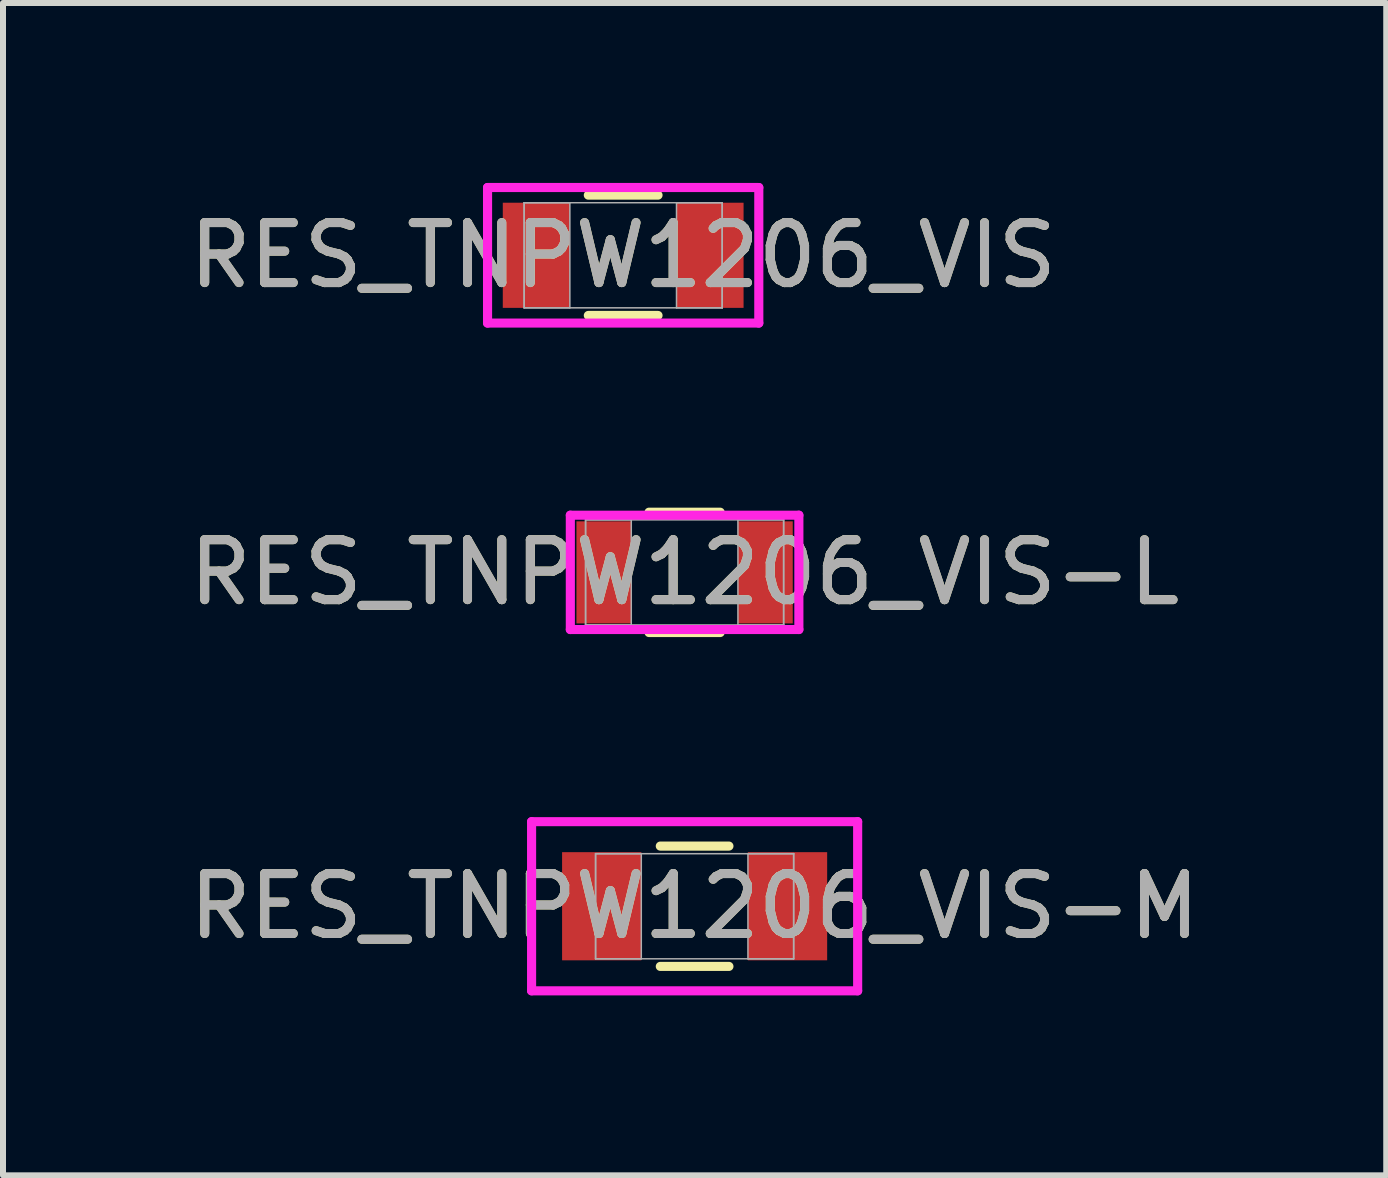
<source format=kicad_pcb>
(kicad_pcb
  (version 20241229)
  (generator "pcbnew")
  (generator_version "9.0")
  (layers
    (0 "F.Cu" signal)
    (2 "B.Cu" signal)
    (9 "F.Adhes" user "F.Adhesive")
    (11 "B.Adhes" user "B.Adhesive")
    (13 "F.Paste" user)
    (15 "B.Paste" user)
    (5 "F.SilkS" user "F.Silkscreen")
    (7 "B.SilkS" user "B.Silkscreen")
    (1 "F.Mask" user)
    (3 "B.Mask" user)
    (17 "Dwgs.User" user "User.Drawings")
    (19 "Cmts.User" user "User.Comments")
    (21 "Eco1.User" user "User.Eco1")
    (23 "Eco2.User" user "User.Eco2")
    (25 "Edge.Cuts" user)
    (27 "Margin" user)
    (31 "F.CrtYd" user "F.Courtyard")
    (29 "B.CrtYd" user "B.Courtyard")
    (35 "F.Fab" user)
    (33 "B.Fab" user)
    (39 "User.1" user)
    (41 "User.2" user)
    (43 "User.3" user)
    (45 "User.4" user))
  (footprint "RES_TNPW1206_VIS-L"
    (layer "F.Cu")
    (at 8.363 6.492)
    (property "Reference" "RES_TNPW1206_VIS-L" (at 0 0 0) (unlocked yes) (layer "F.SilkS") (effects (font (size 1 1) (thickness 0.15))))
    (attr smd)
    (fp_line (start -0.593 1.003) (end 0.593 1.003) (stroke (width 0.152) (type solid)) (layer "F.SilkS"))
    (fp_line (start 0.593 -1.003) (end -0.593 -1.003) (stroke (width 0.152) (type solid)) (layer "F.SilkS"))
    (fp_line (start -1.905 -0.953) (end 1.905 -0.953) (stroke (width 0.152) (type solid)) (layer "F.CrtYd"))
    (fp_line (start -1.905 0.953) (end -1.905 -0.953) (stroke (width 0.152) (type solid)) (layer "F.CrtYd"))
    (fp_line (start 1.905 -0.953) (end 1.905 0.953) (stroke (width 0.152) (type solid)) (layer "F.CrtYd"))
    (fp_line (start 1.905 0.953) (end -1.905 0.953) (stroke (width 0.152) (type solid)) (layer "F.CrtYd"))
    (fp_line (start -1.651 -0.876) (end -1.651 0.876) (stroke (width 0.025) (type solid)) (layer "F.Fab"))
    (fp_line (start -1.651 -0.876) (end -1.651 0.876) (stroke (width 0.025) (type solid)) (layer "F.Fab"))
    (fp_line (start -1.651 0.876) (end -0.889 0.876) (stroke (width 0.025) (type solid)) (layer "F.Fab"))
    (fp_line (start -1.651 0.876) (end 1.651 0.876) (stroke (width 0.025) (type solid)) (layer "F.Fab"))
    (fp_line (start -0.889 -0.876) (end -1.651 -0.876) (stroke (width 0.025) (type solid)) (layer "F.Fab"))
    (fp_line (start -0.889 0.876) (end -0.889 -0.876) (stroke (width 0.025) (type solid)) (layer "F.Fab"))
    (fp_line (start 0.889 -0.876) (end 0.889 0.876) (stroke (width 0.025) (type solid)) (layer "F.Fab"))
    (fp_line (start 0.889 0.876) (end 1.651 0.876) (stroke (width 0.025) (type solid)) (layer "F.Fab"))
    (fp_line (start 1.651 -0.876) (end -1.651 -0.876) (stroke (width 0.025) (type solid)) (layer "F.Fab"))
    (fp_line (start 1.651 -0.876) (end 0.889 -0.876) (stroke (width 0.025) (type solid)) (layer "F.Fab"))
    (fp_line (start 1.651 0.876) (end 1.651 -0.876) (stroke (width 0.025) (type solid)) (layer "F.Fab"))
    (fp_line (start 1.651 0.876) (end 1.651 -0.876) (stroke (width 0.025) (type solid)) (layer "F.Fab"))
    (fp_text user "${REFERENCE}" (at 0 0 0) (unlocked yes) (layer "F.Fab") (effects (font (size 1 1) (thickness 0.15))))
    (pad "1" smd rect (at -1.346 0) (size 0.914 1.702) (layers "F.Cu" "F.Mask" "F.Paste"))
    (pad "2" smd rect (at 1.346 0) (size 0.914 1.702) (layers "F.Cu" "F.Mask" "F.Paste"))
    (zone (net_name "") (layer "F.Cu") (hatch full 0.508) (connect_pads) (min_thickness 0.254) (filled_areas_thickness no) (keepout (tracks not_allowed) (vias not_allowed) (pads allowed) (copperpour not_allowed) (footprints allowed)) (placement (enabled no)) (fill) (polygon (pts (xy 7.525 5.667) (xy 9.201 5.667) (xy 9.201 7.318) (xy 7.525 7.318)))))
  (footprint "RES_TNPW1206_VIS"
    (layer "F.Cu")
    (at 7.339 1.206)
    (property "Reference" "RES_TNPW1206_VIS" (at 0 0 0) (unlocked yes) (layer "F.SilkS") (effects (font (size 1 1) (thickness 0.15))))
    (attr smd)
    (fp_line (start -0.581 1.003) (end 0.581 1.003) (stroke (width 0.152) (type solid)) (layer "F.SilkS"))
    (fp_line (start 0.581 -1.003) (end -0.581 -1.003) (stroke (width 0.152) (type solid)) (layer "F.SilkS"))
    (fp_line (start -2.261 -1.13) (end 2.261 -1.13) (stroke (width 0.152) (type solid)) (layer "F.CrtYd"))
    (fp_line (start -2.261 1.13) (end -2.261 -1.13) (stroke (width 0.152) (type solid)) (layer "F.CrtYd"))
    (fp_line (start 2.261 -1.13) (end 2.261 1.13) (stroke (width 0.152) (type solid)) (layer "F.CrtYd"))
    (fp_line (start 2.261 1.13) (end -2.261 1.13) (stroke (width 0.152) (type solid)) (layer "F.CrtYd"))
    (fp_line (start -1.651 -0.876) (end -1.651 0.876) (stroke (width 0.025) (type solid)) (layer "F.Fab"))
    (fp_line (start -1.651 -0.876) (end -1.651 0.876) (stroke (width 0.025) (type solid)) (layer "F.Fab"))
    (fp_line (start -1.651 0.876) (end -0.889 0.876) (stroke (width 0.025) (type solid)) (layer "F.Fab"))
    (fp_line (start -1.651 0.876) (end 1.651 0.876) (stroke (width 0.025) (type solid)) (layer "F.Fab"))
    (fp_line (start -0.889 -0.876) (end -1.651 -0.876) (stroke (width 0.025) (type solid)) (layer "F.Fab"))
    (fp_line (start -0.889 0.876) (end -0.889 -0.876) (stroke (width 0.025) (type solid)) (layer "F.Fab"))
    (fp_line (start 0.889 -0.876) (end 0.889 0.876) (stroke (width 0.025) (type solid)) (layer "F.Fab"))
    (fp_line (start 0.889 0.876) (end 1.651 0.876) (stroke (width 0.025) (type solid)) (layer "F.Fab"))
    (fp_line (start 1.651 -0.876) (end -1.651 -0.876) (stroke (width 0.025) (type solid)) (layer "F.Fab"))
    (fp_line (start 1.651 -0.876) (end 0.889 -0.876) (stroke (width 0.025) (type solid)) (layer "F.Fab"))
    (fp_line (start 1.651 0.876) (end 1.651 -0.876) (stroke (width 0.025) (type solid)) (layer "F.Fab"))
    (fp_line (start 1.651 0.876) (end 1.651 -0.876) (stroke (width 0.025) (type solid)) (layer "F.Fab"))
    (fp_text user "${REFERENCE}" (at 0 0 0) (unlocked yes) (layer "F.Fab") (effects (font (size 1 1) (thickness 0.15))))
    (pad "1" smd rect (at -1.448 0) (size 1.118 1.753) (layers "F.Cu" "F.Mask" "F.Paste"))
    (pad "2" smd rect (at 1.448 0) (size 1.118 1.753) (layers "F.Cu" "F.Mask" "F.Paste"))
    (zone (net_name "") (layer "F.Cu") (hatch full 0.508) (connect_pads) (min_thickness 0.254) (filled_areas_thickness no) (keepout (tracks not_allowed) (vias not_allowed) (pads allowed) (copperpour not_allowed) (footprints allowed)) (placement (enabled no)) (fill) (polygon (pts (xy 6.501 0.381) (xy 8.177 0.381) (xy 8.177 2.032) (xy 6.501 2.032)))))
  (footprint "RES_TNPW1206_VIS-M"
    (layer "F.Cu")
    (at 8.53 12.058)
    (property "Reference" "RES_TNPW1206_VIS-M" (at 0 0 0) (unlocked yes) (layer "F.SilkS") (effects (font (size 1 1) (thickness 0.15))))
    (attr smd)
    (fp_line (start -0.572 1.003) (end 0.572 1.003) (stroke (width 0.152) (type solid)) (layer "F.SilkS"))
    (fp_line (start 0.572 -1.003) (end -0.572 -1.003) (stroke (width 0.152) (type solid)) (layer "F.SilkS"))
    (fp_line (start -2.718 -1.41) (end 2.718 -1.41) (stroke (width 0.152) (type solid)) (layer "F.CrtYd"))
    (fp_line (start -2.718 1.41) (end -2.718 -1.41) (stroke (width 0.152) (type solid)) (layer "F.CrtYd"))
    (fp_line (start 2.718 -1.41) (end 2.718 1.41) (stroke (width 0.152) (type solid)) (layer "F.CrtYd"))
    (fp_line (start 2.718 1.41) (end -2.718 1.41) (stroke (width 0.152) (type solid)) (layer "F.CrtYd"))
    (fp_line (start -1.651 -0.876) (end -1.651 0.876) (stroke (width 0.025) (type solid)) (layer "F.Fab"))
    (fp_line (start -1.651 -0.876) (end -1.651 0.876) (stroke (width 0.025) (type solid)) (layer "F.Fab"))
    (fp_line (start -1.651 0.876) (end -0.889 0.876) (stroke (width 0.025) (type solid)) (layer "F.Fab"))
    (fp_line (start -1.651 0.876) (end 1.651 0.876) (stroke (width 0.025) (type solid)) (layer "F.Fab"))
    (fp_line (start -0.889 -0.876) (end -1.651 -0.876) (stroke (width 0.025) (type solid)) (layer "F.Fab"))
    (fp_line (start -0.889 0.876) (end -0.889 -0.876) (stroke (width 0.025) (type solid)) (layer "F.Fab"))
    (fp_line (start 0.889 -0.876) (end 0.889 0.876) (stroke (width 0.025) (type solid)) (layer "F.Fab"))
    (fp_line (start 0.889 0.876) (end 1.651 0.876) (stroke (width 0.025) (type solid)) (layer "F.Fab"))
    (fp_line (start 1.651 -0.876) (end -1.651 -0.876) (stroke (width 0.025) (type solid)) (layer "F.Fab"))
    (fp_line (start 1.651 -0.876) (end 0.889 -0.876) (stroke (width 0.025) (type solid)) (layer "F.Fab"))
    (fp_line (start 1.651 0.876) (end 1.651 -0.876) (stroke (width 0.025) (type solid)) (layer "F.Fab"))
    (fp_line (start 1.651 0.876) (end 1.651 -0.876) (stroke (width 0.025) (type solid)) (layer "F.Fab"))
    (fp_text user "${REFERENCE}" (at 0 0 0) (unlocked yes) (layer "F.Fab") (effects (font (size 1 1) (thickness 0.15))))
    (pad "1" smd rect (at -1.549 0) (size 1.321 1.803) (layers "F.Cu" "F.Mask" "F.Paste"))
    (pad "2" smd rect (at 1.549 0) (size 1.321 1.803) (layers "F.Cu" "F.Mask" "F.Paste"))
    (zone (net_name "") (layer "F.Cu") (hatch full 0.508) (connect_pads) (min_thickness 0.254) (filled_areas_thickness no) (keepout (tracks not_allowed) (vias not_allowed) (pads allowed) (copperpour not_allowed) (footprints allowed)) (placement (enabled no)) (fill) (polygon (pts (xy 7.692 11.232) (xy 9.368 11.232) (xy 9.368 12.883) (xy 7.692 12.883)))))
  (gr_rect
    (start -3 -3)
    (end 20.06 16.544)
    (stroke (width 0.1) (type default))
    (fill no)
    (layer "Edge.Cuts")))
</source>
